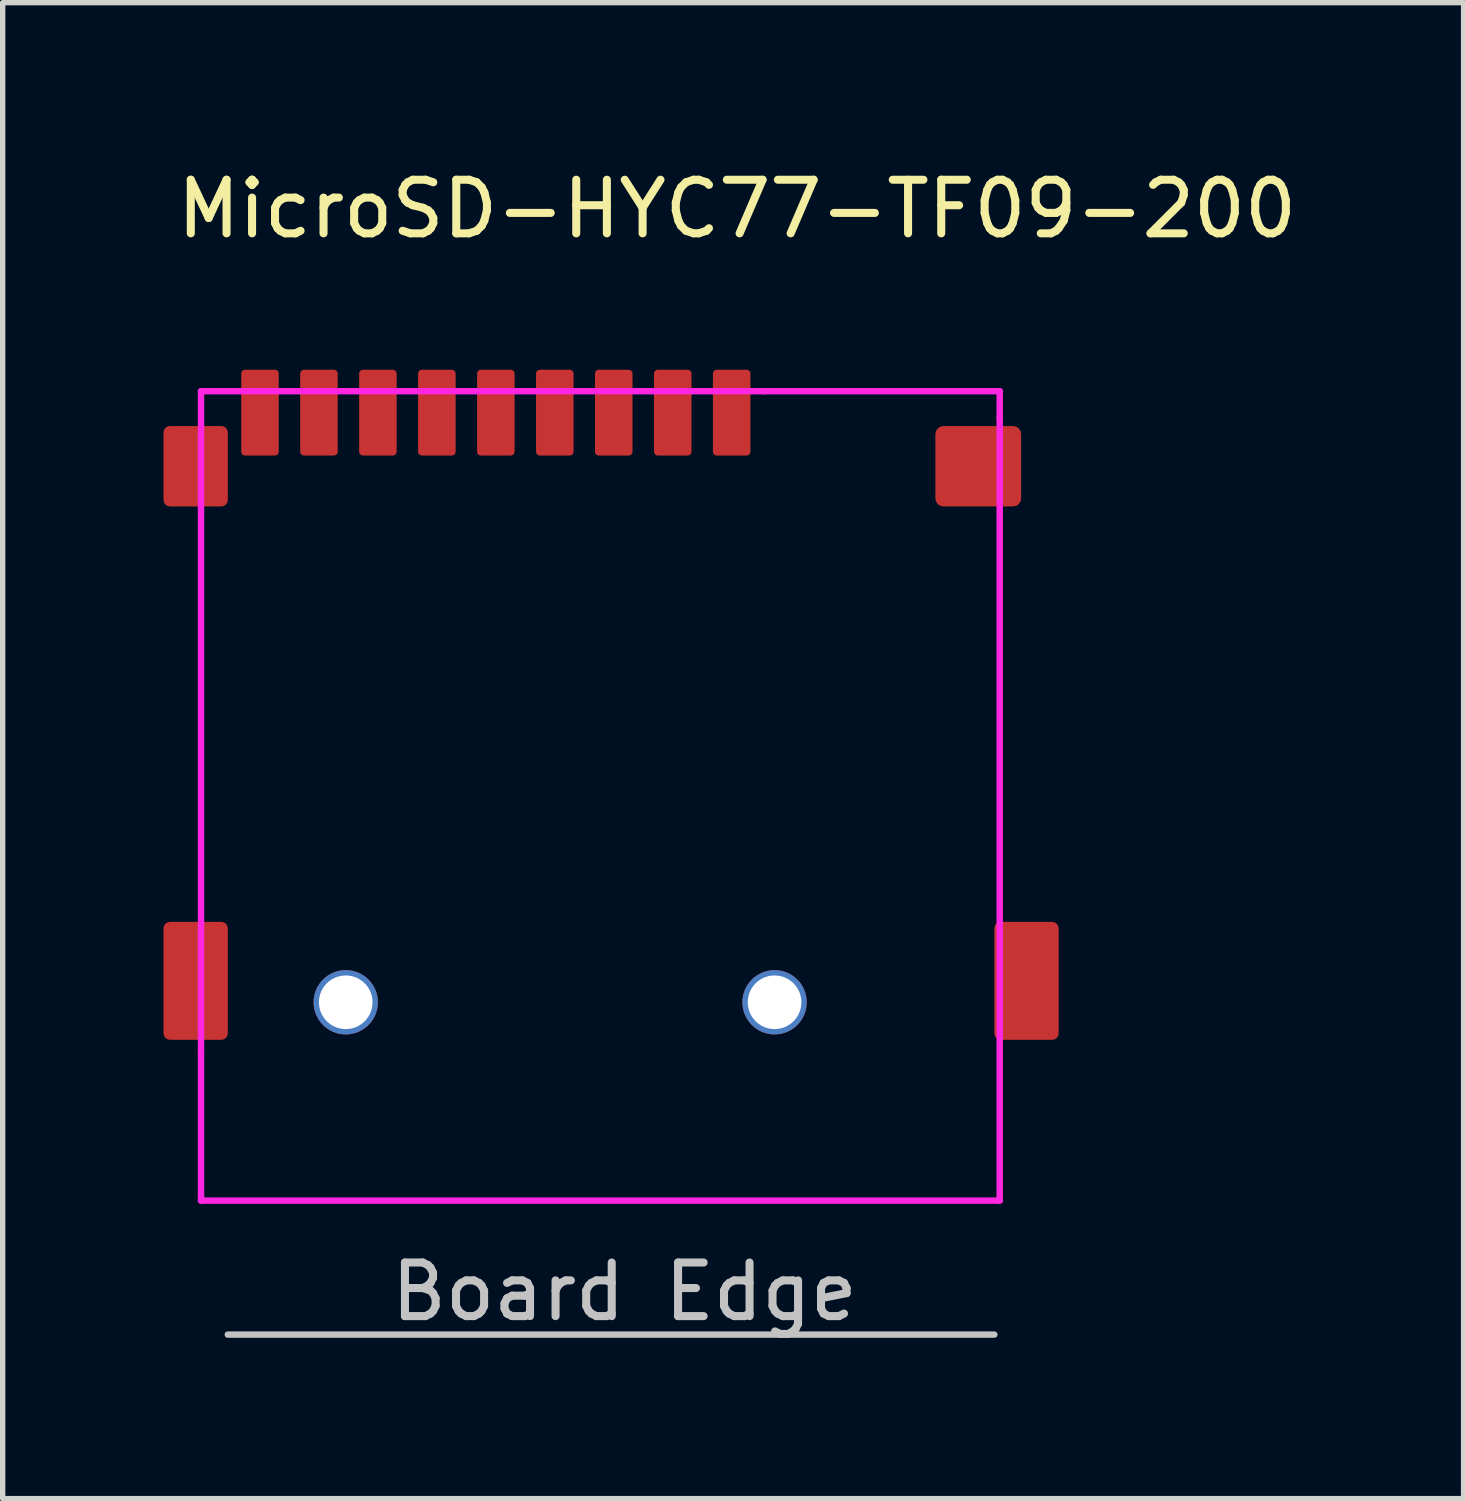
<source format=kicad_pcb>
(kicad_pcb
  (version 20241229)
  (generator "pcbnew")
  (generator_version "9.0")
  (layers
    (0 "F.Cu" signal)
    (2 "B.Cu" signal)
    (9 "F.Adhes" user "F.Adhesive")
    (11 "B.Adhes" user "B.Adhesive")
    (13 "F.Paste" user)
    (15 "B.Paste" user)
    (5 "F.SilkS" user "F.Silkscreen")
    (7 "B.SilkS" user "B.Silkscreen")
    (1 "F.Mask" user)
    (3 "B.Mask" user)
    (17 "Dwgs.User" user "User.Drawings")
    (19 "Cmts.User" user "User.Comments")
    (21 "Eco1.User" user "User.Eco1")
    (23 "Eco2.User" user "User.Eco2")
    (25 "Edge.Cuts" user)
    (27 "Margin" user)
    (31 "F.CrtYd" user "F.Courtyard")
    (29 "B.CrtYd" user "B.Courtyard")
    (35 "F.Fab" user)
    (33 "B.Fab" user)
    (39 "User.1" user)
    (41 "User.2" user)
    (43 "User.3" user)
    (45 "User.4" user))
  (footprint "MicroSD-HYC77-TF09-200"
    (layer "F.Cu")
    (at 1.2 15.648)
    (property "Reference" "MicroSD-HYC77-TF09-200" (at 9.5 -14.8 0) (layer "F.SilkS") (effects (font (size 1 1) (thickness 0.15))))
    (attr through_hole)
    (fp_line (start 0 6.2) (end 14.3 6.2) (stroke (width 0.12) (type solid)) (layer "Dwgs.User"))
    (fp_line (start -0.5 -11.4) (end -0.5 0.9) (stroke (width 0.12) (type solid)) (layer "F.CrtYd"))
    (fp_line (start -0.5 0.9) (end -0.5 3.6) (stroke (width 0.12) (type solid)) (layer "F.CrtYd"))
    (fp_line (start -0.5 3.6) (end -0.5 3.7) (stroke (width 0.12) (type solid)) (layer "F.CrtYd"))
    (fp_line (start -0.5 3.7) (end 14.4 3.7) (stroke (width 0.12) (type solid)) (layer "F.CrtYd"))
    (fp_line (start 10 -11.4) (end -0.5 -11.4) (stroke (width 0.12) (type solid)) (layer "F.CrtYd"))
    (fp_line (start 10 -11.4) (end 14.4 -11.4) (stroke (width 0.12) (type solid)) (layer "F.CrtYd"))
    (fp_line (start 14.4 -11.4) (end 14.4 -10.9) (stroke (width 0.12) (type solid)) (layer "F.CrtYd"))
    (fp_line (start 14.4 3.7) (end 14.4 -10.9) (stroke (width 0.12) (type solid)) (layer "F.CrtYd"))
    (fp_text user "Board Edge" (at 7.4 5.4 0) (layer "Dwgs.User") (effects (font (size 1 1) (thickness 0.15))))
    (pad "1" smd roundrect (at 9.4 -11) (size 0.7 1.6) (layers "F.Cu" "F.Mask" "F.Paste") (roundrect_rratio 0.1))
    (pad "2" smd roundrect (at 8.3 -11) (size 0.7 1.6) (layers "F.Cu" "F.Mask" "F.Paste") (roundrect_rratio 0.1))
    (pad "3" smd roundrect (at 7.2 -11) (size 0.7 1.6) (layers "F.Cu" "F.Mask" "F.Paste") (roundrect_rratio 0.1))
    (pad "4" smd roundrect (at 6.1 -11) (size 0.7 1.6) (layers "F.Cu" "F.Mask" "F.Paste") (roundrect_rratio 0.1))
    (pad "5" smd roundrect (at 5 -11) (size 0.7 1.6) (layers "F.Cu" "F.Mask" "F.Paste") (roundrect_rratio 0.1))
    (pad "6" smd roundrect (at 3.9 -11) (size 0.7 1.6) (layers "F.Cu" "F.Mask" "F.Paste") (roundrect_rratio 0.1))
    (pad "7" smd roundrect (at 2.8 -11) (size 0.7 1.6) (layers "F.Cu" "F.Mask" "F.Paste") (roundrect_rratio 0.1))
    (pad "8" smd roundrect (at 1.7 -11) (size 0.7 1.6) (layers "F.Cu" "F.Mask" "F.Paste") (roundrect_rratio 0.1))
    (pad "9" smd roundrect (at 0.6 -11) (size 0.7 1.6) (layers "F.Cu" "F.Mask" "F.Paste") (roundrect_rratio 0.1))
    (pad "11" smd roundrect (at -0.6 -10) (size 1.2 1.5) (layers "F.Cu" "F.Mask" "F.Paste") (roundrect_rratio 0.1))
    (pad "11" smd roundrect (at -0.6 -0.4) (size 1.2 2.2) (layers "F.Cu" "F.Mask" "F.Paste") (roundrect_rratio 0.1))
    (pad "11" smd roundrect (at 14 -10) (size 1.6 1.5) (layers "F.Cu" "F.Mask" "F.Paste") (roundrect_rratio 0.1))
    (pad "11" smd roundrect (at 14.9 -0.4) (size 1.2 2.2) (layers "F.Cu" "F.Mask" "F.Paste") (roundrect_rratio 0.1))
    (pad "~" thru_hole circle (at 2.2 0) (size 1.2 1.2) (drill 1) (layers "*.Cu" "*.Mask"))
    (pad "~" thru_hole circle (at 10.2 0) (size 1.2 1.2) (drill 1) (layers "*.Cu" "*.Mask")))
  (gr_rect
    (start -3 -3)
    (end 24.254 24.908)
    (stroke (width 0.1) (type default))
    (fill no)
    (layer "Edge.Cuts")))
</source>
